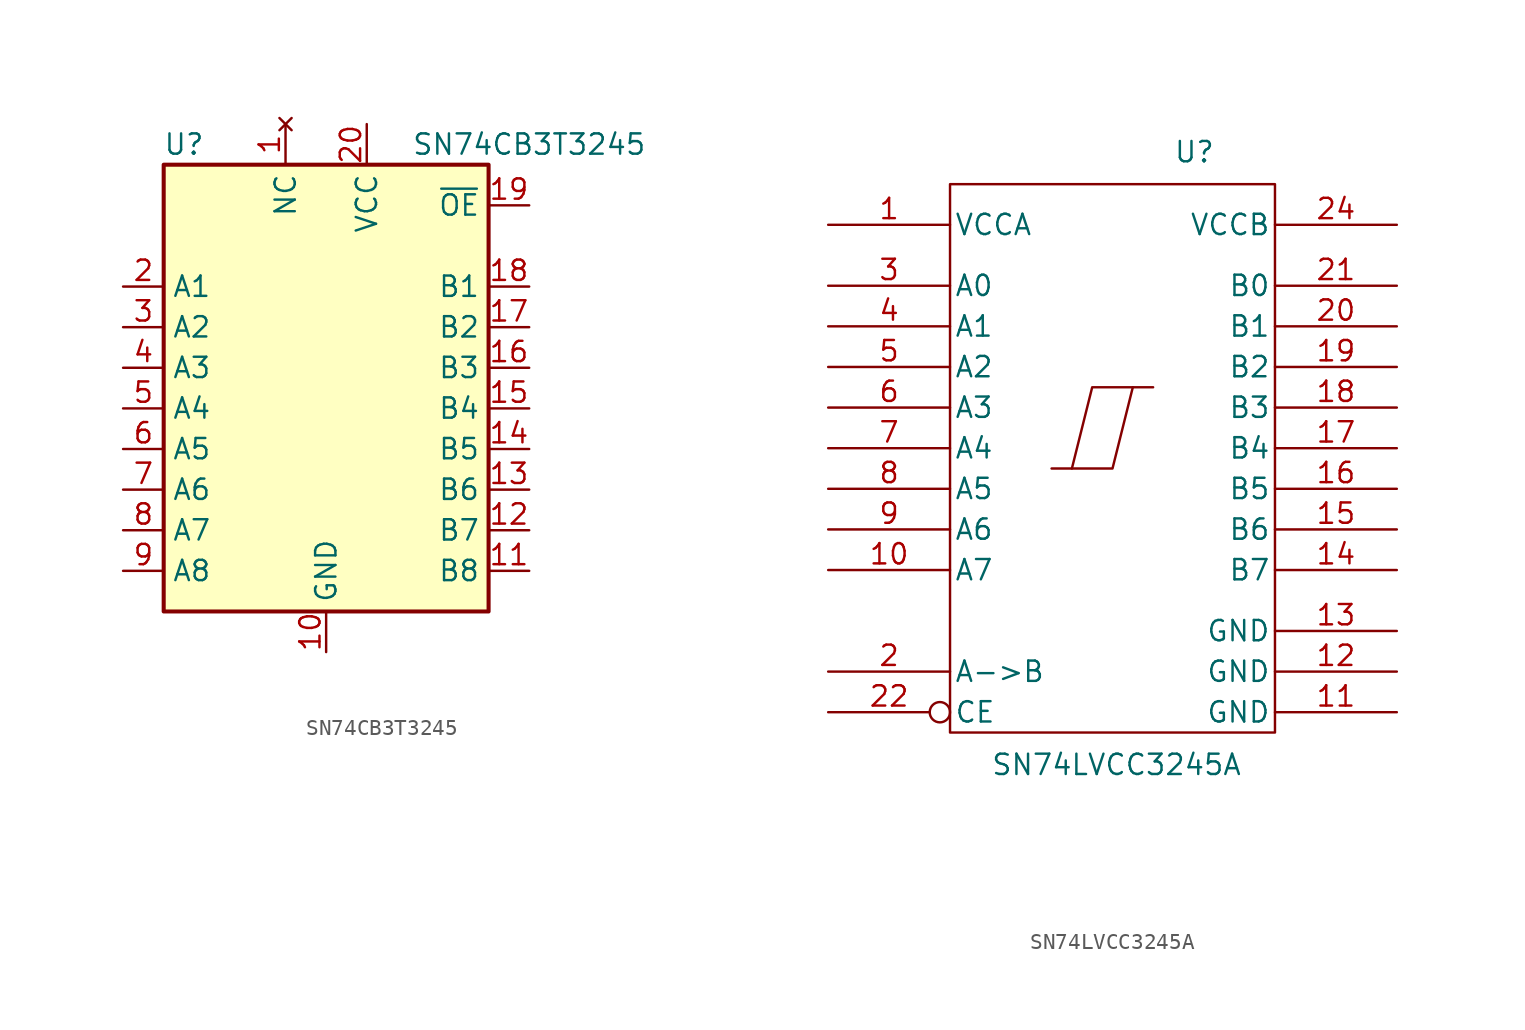
<source format=kicad_sym>
(kicad_symbol_lib
  (version 20211014)
  (generator kicad_symbol_editor)
  (symbol "SN74CB3T3245"
    (property "Reference" "U"
      (at -8.89 13.97 0)
      (effects (font (size 1.27 1.27))))
    (property "Value" "SN74CB3T3245"
      (at 12.7 13.97 0)
      (effects (font (size 1.27 1.27))))
    (symbol "SN74CB3T3245_0_1"
      (rectangle (start -10.16 12.7) (end 10.16 -15.24) (stroke (width 0.254) (type default) (color 0 0 0 0)) (fill (type background))))
    (symbol "SN74CB3T3245_1_1"
      (pin no_connect line (at -2.54 15.24 270) (length 2.54) (name "NC" (effects (font (size 1.27 1.27)))) (number "1" (effects (font (size 1.27 1.27)))))
      (pin power_in line (at 0 -17.78 90) (length 2.54) (name "GND" (effects (font (size 1.27 1.27)))) (number "10" (effects (font (size 1.27 1.27)))))
      (pin bidirectional line (at 12.7 -12.7 180) (length 2.54) (name "B8" (effects (font (size 1.27 1.27)))) (number "11" (effects (font (size 1.27 1.27)))))
      (pin bidirectional line (at 12.7 -10.16 180) (length 2.54) (name "B7" (effects (font (size 1.27 1.27)))) (number "12" (effects (font (size 1.27 1.27)))))
      (pin bidirectional line (at 12.7 -7.62 180) (length 2.54) (name "B6" (effects (font (size 1.27 1.27)))) (number "13" (effects (font (size 1.27 1.27)))))
      (pin bidirectional line (at 12.7 -5.08 180) (length 2.54) (name "B5" (effects (font (size 1.27 1.27)))) (number "14" (effects (font (size 1.27 1.27)))))
      (pin bidirectional line (at 12.7 -2.54 180) (length 2.54) (name "B4" (effects (font (size 1.27 1.27)))) (number "15" (effects (font (size 1.27 1.27)))))
      (pin bidirectional line (at 12.7 0 180) (length 2.54) (name "B3" (effects (font (size 1.27 1.27)))) (number "16" (effects (font (size 1.27 1.27)))))
      (pin bidirectional line (at 12.7 2.54 180) (length 2.54) (name "B2" (effects (font (size 1.27 1.27)))) (number "17" (effects (font (size 1.27 1.27)))))
      (pin bidirectional line (at 12.7 5.08 180) (length 2.54) (name "B1" (effects (font (size 1.27 1.27)))) (number "18" (effects (font (size 1.27 1.27)))))
      (pin input line (at 12.7 10.16 180) (length 2.54) (name "~{OE}" (effects (font (size 1.27 1.27)))) (number "19" (effects (font (size 1.27 1.27)))))
      (pin bidirectional line (at -12.7 5.08 0) (length 2.54) (name "A1" (effects (font (size 1.27 1.27)))) (number "2" (effects (font (size 1.27 1.27)))))
      (pin power_in line (at 2.54 15.24 270) (length 2.54) (name "VCC" (effects (font (size 1.27 1.27)))) (number "20" (effects (font (size 1.27 1.27)))))
      (pin bidirectional line (at -12.7 2.54 0) (length 2.54) (name "A2" (effects (font (size 1.27 1.27)))) (number "3" (effects (font (size 1.27 1.27)))))
      (pin bidirectional line (at -12.7 0 0) (length 2.54) (name "A3" (effects (font (size 1.27 1.27)))) (number "4" (effects (font (size 1.27 1.27)))))
      (pin bidirectional line (at -12.7 -2.54 0) (length 2.54) (name "A4" (effects (font (size 1.27 1.27)))) (number "5" (effects (font (size 1.27 1.27)))))
      (pin bidirectional line (at -12.7 -5.08 0) (length 2.54) (name "A5" (effects (font (size 1.27 1.27)))) (number "6" (effects (font (size 1.27 1.27)))))
      (pin bidirectional line (at -12.7 -7.62 0) (length 2.54) (name "A6" (effects (font (size 1.27 1.27)))) (number "7" (effects (font (size 1.27 1.27)))))
      (pin bidirectional line (at -12.7 -10.16 0) (length 2.54) (name "A7" (effects (font (size 1.27 1.27)))) (number "8" (effects (font (size 1.27 1.27)))))
      (pin bidirectional line (at -12.7 -12.7 0) (length 2.54) (name "A8" (effects (font (size 1.27 1.27)))) (number "9" (effects (font (size 1.27 1.27)))))))
  (symbol "SN74LVCC3245A"
    (pin_names
      (offset 0.254))
    (property "Reference" "U"
      (at 3.81 20.32 0)
      (effects (font (size 1.27 1.27)) (justify left bottom)))
    (property "Value" "SN74LVCC3245A"
      (at -7.62 -16.51 0)
      (effects (font (size 1.27 1.27)) (justify left top)))
    (symbol "SN74LVCC3245A_0_1"
      (rectangle (start -10.16 19.05) (end 10.16 -15.24) (stroke (width 0) (type default) (color 0 0 0 0)) (fill (type none)))
      (polyline (pts (xy 1.27 6.35) (xy 0 1.27) (xy -2.54 1.27)) (stroke (width 0) (type default) (color 0 0 0 0)) (fill (type none)))
      (polyline (pts (xy 2.54 6.35) (xy -1.27 6.35) (xy -2.54 1.27) (xy -3.81 1.27)) (stroke (width 0) (type default) (color 0 0 0 0)) (fill (type none))))
    (symbol "SN74LVCC3245A_1_1"
      (pin power_in line (at -17.78 16.51 0) (length 7.62) (name "VCCA" (effects (font (size 1.27 1.27)))) (number "1" (effects (font (size 1.27 1.27)))))
      (pin tri_state line (at -17.78 -5.08 0) (length 7.62) (name "A7" (effects (font (size 1.27 1.27)))) (number "10" (effects (font (size 1.27 1.27)))))
      (pin power_in line (at 17.78 -13.97 180) (length 7.62) (name "GND" (effects (font (size 1.27 1.27)))) (number "11" (effects (font (size 1.27 1.27)))))
      (pin power_in line (at 17.78 -11.43 180) (length 7.62) (name "GND" (effects (font (size 1.27 1.27)))) (number "12" (effects (font (size 1.27 1.27)))))
      (pin power_in line (at 17.78 -8.89 180) (length 7.62) (name "GND" (effects (font (size 1.27 1.27)))) (number "13" (effects (font (size 1.27 1.27)))))
      (pin tri_state line (at 17.78 -5.08 180) (length 7.62) (name "B7" (effects (font (size 1.27 1.27)))) (number "14" (effects (font (size 1.27 1.27)))))
      (pin tri_state line (at 17.78 -2.54 180) (length 7.62) (name "B6" (effects (font (size 1.27 1.27)))) (number "15" (effects (font (size 1.27 1.27)))))
      (pin tri_state line (at 17.78 0 180) (length 7.62) (name "B5" (effects (font (size 1.27 1.27)))) (number "16" (effects (font (size 1.27 1.27)))))
      (pin tri_state line (at 17.78 2.54 180) (length 7.62) (name "B4" (effects (font (size 1.27 1.27)))) (number "17" (effects (font (size 1.27 1.27)))))
      (pin tri_state line (at 17.78 5.08 180) (length 7.62) (name "B3" (effects (font (size 1.27 1.27)))) (number "18" (effects (font (size 1.27 1.27)))))
      (pin tri_state line (at 17.78 7.62 180) (length 7.62) (name "B2" (effects (font (size 1.27 1.27)))) (number "19" (effects (font (size 1.27 1.27)))))
      (pin input line (at -17.78 -11.43 0) (length 7.62) (name "A->B" (effects (font (size 1.27 1.27)))) (number "2" (effects (font (size 1.27 1.27)))))
      (pin tri_state line (at 17.78 10.16 180) (length 7.62) (name "B1" (effects (font (size 1.27 1.27)))) (number "20" (effects (font (size 1.27 1.27)))))
      (pin tri_state line (at 17.78 12.7 180) (length 7.62) (name "B0" (effects (font (size 1.27 1.27)))) (number "21" (effects (font (size 1.27 1.27)))))
      (pin input inverted (at -17.78 -13.97 0) (length 7.62) (name "CE" (effects (font (size 1.27 1.27)))) (number "22" (effects (font (size 1.27 1.27)))))
      (pin no_connect line (at 0 -22.86 90) (length 7.62) hide (name "NC" (effects (font (size 1.27 1.27)))) (number "23" (effects (font (size 1.27 1.27)))))
      (pin input line (at 17.78 16.51 180) (length 7.62) (name "VCCB" (effects (font (size 1.27 1.27)))) (number "24" (effects (font (size 1.27 1.27)))))
      (pin tri_state line (at -17.78 12.7 0) (length 7.62) (name "A0" (effects (font (size 1.27 1.27)))) (number "3" (effects (font (size 1.27 1.27)))))
      (pin tri_state line (at -17.78 10.16 0) (length 7.62) (name "A1" (effects (font (size 1.27 1.27)))) (number "4" (effects (font (size 1.27 1.27)))))
      (pin tri_state line (at -17.78 7.62 0) (length 7.62) (name "A2" (effects (font (size 1.27 1.27)))) (number "5" (effects (font (size 1.27 1.27)))))
      (pin tri_state line (at -17.78 5.08 0) (length 7.62) (name "A3" (effects (font (size 1.27 1.27)))) (number "6" (effects (font (size 1.27 1.27)))))
      (pin tri_state line (at -17.78 2.54 0) (length 7.62) (name "A4" (effects (font (size 1.27 1.27)))) (number "7" (effects (font (size 1.27 1.27)))))
      (pin tri_state line (at -17.78 0 0) (length 7.62) (name "A5" (effects (font (size 1.27 1.27)))) (number "8" (effects (font (size 1.27 1.27)))))
      (pin tri_state line (at -17.78 -2.54 0) (length 7.62) (name "A6" (effects (font (size 1.27 1.27)))) (number "9" (effects (font (size 1.27 1.27))))))))
</source>
